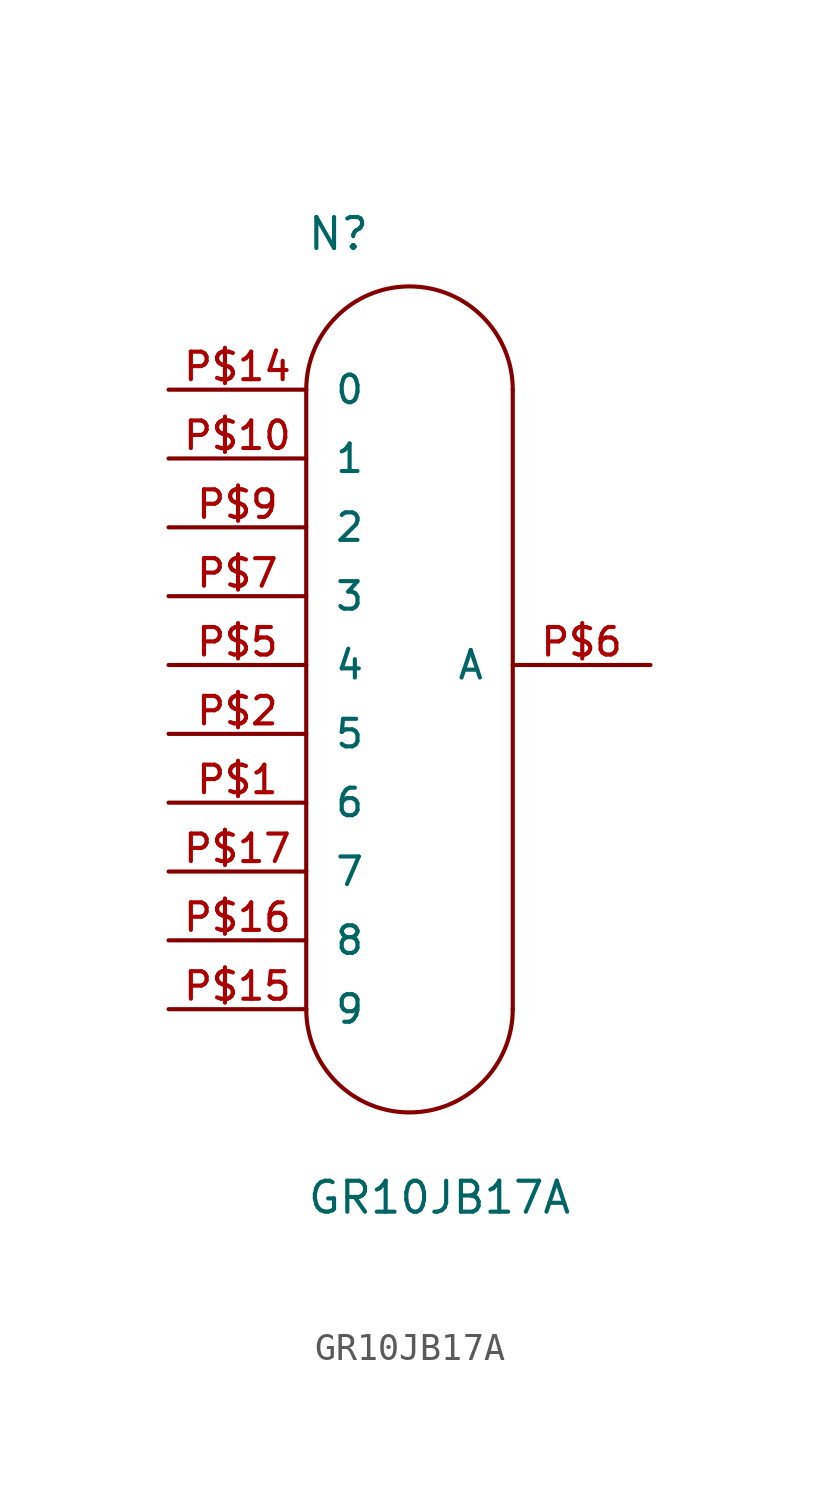
<source format=kicad_sym>
(kicad_symbol_lib
  (version 20241209)
  (generator "kicad_symbol_editor")
  (generator_version "9.0")
  (symbol "GR10JB17A"
    (pin_names
      (offset 1.016))
    (property "Reference" "N"
      (at -22.86 12.7 0)
      (effects (font (size 1.143 1.143)) (justify left bottom)))
    (property "Value" "GR10JB17A"
      (at -22.86 -22.86 0)
      (effects (font (size 1.143 1.143)) (justify left bottom)))
    (property "ki_locked" ""
      (at 0 0 0)
      (effects (font (size 1.27 1.27))))
    (symbol "GR10JB17A_1_0"
      (polyline (pts (xy -22.86 7.62) (xy -22.86 -15.24)) (stroke (width 0) (type default)) (fill (type none)))
      (polyline (pts (xy -15.24 7.62) (xy -15.24 -15.24)) (stroke (width 0) (type default)) (fill (type none))))
    (symbol "GR10JB17A_1_1"
      (arc (start -22.86 7.62) (mid -19.05 11.4133) (end -15.24 7.62) (stroke (width 0) (type default)) (fill (type none)))
      (arc (start -15.24 -15.24) (mid -19.05 -19.0333) (end -22.86 -15.24) (stroke (width 0) (type default)) (fill (type none)))
      (pin passive line (at -27.94 7.62 0) (length 5.08) (name "0" (effects (font (size 1.016 1.016)))) (number "P$14" (effects (font (size 1.016 1.016)))))
      (pin passive line (at -27.94 5.08 0) (length 5.08) (name "1" (effects (font (size 1.016 1.016)))) (number "P$10" (effects (font (size 1.016 1.016)))))
      (pin passive line (at -27.94 2.54 0) (length 5.08) (name "2" (effects (font (size 1.016 1.016)))) (number "P$9" (effects (font (size 1.016 1.016)))))
      (pin passive line (at -27.94 0 0) (length 5.08) (name "3" (effects (font (size 1.016 1.016)))) (number "P$7" (effects (font (size 1.016 1.016)))))
      (pin passive line (at -27.94 -2.54 0) (length 5.08) (name "4" (effects (font (size 1.016 1.016)))) (number "P$5" (effects (font (size 1.016 1.016)))))
      (pin passive line (at -27.94 -5.08 0) (length 5.08) (name "5" (effects (font (size 1.016 1.016)))) (number "P$2" (effects (font (size 1.016 1.016)))))
      (pin passive line (at -27.94 -7.62 0) (length 5.08) (name "6" (effects (font (size 1.016 1.016)))) (number "P$1" (effects (font (size 1.016 1.016)))))
      (pin passive line (at -27.94 -10.16 0) (length 5.08) (name "7" (effects (font (size 1.016 1.016)))) (number "P$17" (effects (font (size 1.016 1.016)))))
      (pin passive line (at -27.94 -12.7 0) (length 5.08) (name "8" (effects (font (size 1.016 1.016)))) (number "P$16" (effects (font (size 1.016 1.016)))))
      (pin passive line (at -27.94 -15.24 0) (length 5.08) (name "9" (effects (font (size 1.016 1.016)))) (number "P$15" (effects (font (size 1.016 1.016)))))
      (pin passive line (at -10.16 -2.54 180) (length 5.08) (name "A" (effects (font (size 1.016 1.016)))) (number "P$6" (effects (font (size 1.016 1.016))))))))
</source>
